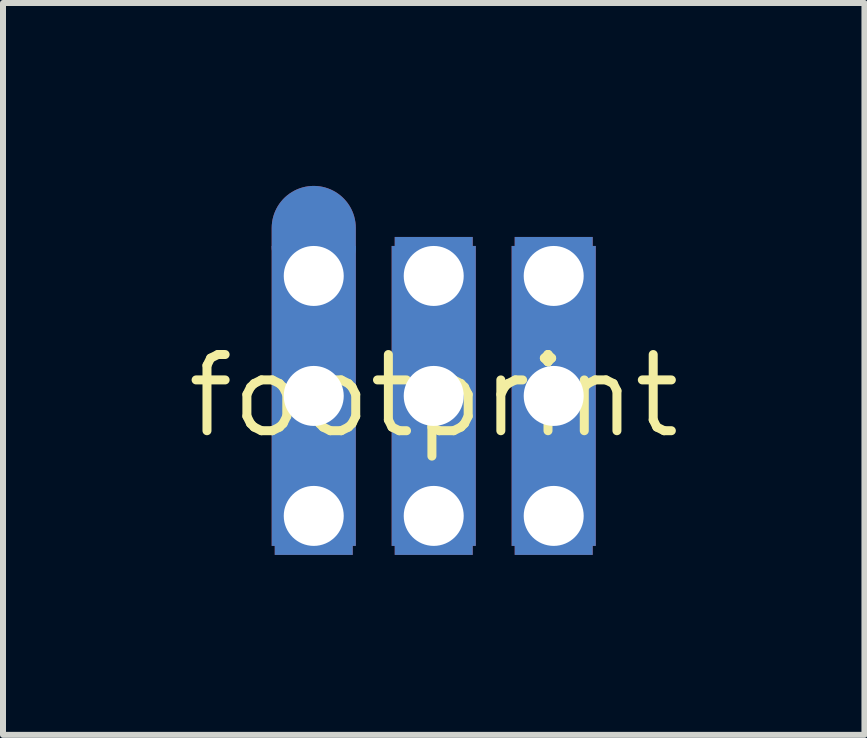
<source format=kicad_pcb>
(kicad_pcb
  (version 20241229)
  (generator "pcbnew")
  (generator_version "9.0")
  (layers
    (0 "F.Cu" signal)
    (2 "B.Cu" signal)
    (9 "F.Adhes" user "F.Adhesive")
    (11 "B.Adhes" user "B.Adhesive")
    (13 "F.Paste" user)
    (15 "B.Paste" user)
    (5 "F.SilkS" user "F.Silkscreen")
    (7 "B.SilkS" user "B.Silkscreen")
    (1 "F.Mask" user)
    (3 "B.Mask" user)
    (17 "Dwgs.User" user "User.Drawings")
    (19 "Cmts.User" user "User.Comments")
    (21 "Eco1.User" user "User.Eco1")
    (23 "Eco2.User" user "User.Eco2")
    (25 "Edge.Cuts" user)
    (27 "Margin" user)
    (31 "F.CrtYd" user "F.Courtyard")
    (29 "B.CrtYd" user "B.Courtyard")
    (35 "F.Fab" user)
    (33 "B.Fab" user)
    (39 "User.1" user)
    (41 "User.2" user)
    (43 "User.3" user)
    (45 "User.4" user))
  (footprint "footprint"
    (layer "F.Cu")
    (at 4.18 3.55)
    (property "Reference" "footprint" (at 0 0 0) (layer "F.SilkS") (effects (font (size 1.27 1.27) (thickness 0.15))))
    (fp_line (start -2 -2.5) (end -2 -2.8) (stroke (width 1.402) (type solid)) (layer "F.Cu"))
    (fp_poly (pts (xy -2.701 2.5) (xy -1.299 2.5) (xy -1.299 -2.5) (xy -2.701 -2.5)) (stroke (width 0) (type solid)) (fill yes) (layer "F.Cu"))
    (fp_poly (pts (xy -0.701 2.5) (xy 0.701 2.5) (xy 0.701 -2.5) (xy -0.701 -2.5)) (stroke (width 0) (type solid)) (fill yes) (layer "F.Cu"))
    (fp_poly (pts (xy 1.299 2.5) (xy 2.701 2.5) (xy 2.701 -2.5) (xy 1.299 -2.5)) (stroke (width 0) (type solid)) (fill yes) (layer "F.Cu"))
    (fp_line (start -2 -2.75) (end -2 -2.8) (stroke (width 1.5) (type solid)) (layer "F.Mask"))
    (fp_poly (pts (xy -2.75 2.6) (xy -1.25 2.6) (xy -1.25 -2.6) (xy -2.75 -2.6)) (stroke (width 0) (type solid)) (fill yes) (layer "F.Mask"))
    (fp_poly (pts (xy -0.75 2.6) (xy 0.75 2.6) (xy 0.75 -2.6) (xy -0.75 -2.6)) (stroke (width 0) (type solid)) (fill yes) (layer "F.Mask"))
    (fp_poly (pts (xy 1.25 2.6) (xy 2.75 2.6) (xy 2.75 -2.6) (xy 1.25 -2.6)) (stroke (width 0) (type solid)) (fill yes) (layer "F.Mask"))
    (fp_line (start -2 -2.5) (end -2 -2.8) (stroke (width 1.402) (type solid)) (layer "B.Cu"))
    (fp_poly (pts (xy -2.701 2.5) (xy -1.299 2.5) (xy -1.299 -2.5) (xy -2.701 -2.5)) (stroke (width 0) (type solid)) (fill yes) (layer "B.Cu"))
    (fp_poly (pts (xy -0.701 2.5) (xy 0.701 2.5) (xy 0.701 -2.5) (xy -0.701 -2.5)) (stroke (width 0) (type solid)) (fill yes) (layer "B.Cu"))
    (fp_poly (pts (xy 1.299 2.5) (xy 2.701 2.5) (xy 2.701 -2.5) (xy 1.299 -2.5)) (stroke (width 0) (type solid)) (fill yes) (layer "B.Cu"))
    (fp_line (start -2 -2.75) (end -2 -2.8) (stroke (width 1.5) (type solid)) (layer "B.Mask"))
    (fp_poly (pts (xy -2.75 2.6) (xy -1.25 2.6) (xy -1.25 -2.6) (xy -2.75 -2.6)) (stroke (width 0) (type solid)) (fill yes) (layer "B.Mask"))
    (fp_poly (pts (xy -0.75 2.6) (xy 0.75 2.6) (xy 0.75 -2.6) (xy -0.75 -2.6)) (stroke (width 0) (type solid)) (fill yes) (layer "B.Mask"))
    (fp_poly (pts (xy 1.25 2.6) (xy 2.75 2.6) (xy 2.75 -2.6) (xy 1.25 -2.6)) (stroke (width 0) (type solid)) (fill yes) (layer "B.Mask"))
    (pad "P1A" thru_hole rect (at -2 -2) (size 1.3 1.3) (drill 1) (layers "*.Cu" "*.Mask"))
    (pad "P1B" thru_hole rect (at -2 0) (size 1.3 1.3) (drill 1) (layers "*.Cu" "*.Mask"))
    (pad "P1C" thru_hole rect (at -2 2) (size 1.3 1.3) (drill 1) (layers "*.Cu" "*.Mask"))
    (pad "P2A" thru_hole rect (at 0 -2) (size 1.3 1.3) (drill 1) (layers "*.Cu" "*.Mask"))
    (pad "P2B" thru_hole rect (at 0 0) (size 1.3 1.3) (drill 1) (layers "*.Cu" "*.Mask"))
    (pad "P2C" thru_hole rect (at 0 2) (size 1.3 1.3) (drill 1) (layers "*.Cu" "*.Mask"))
    (pad "P3A" thru_hole rect (at 2 -2) (size 1.3 1.3) (drill 1) (layers "*.Cu" "*.Mask"))
    (pad "P3B" thru_hole rect (at 2 0) (size 1.3 1.3) (drill 1) (layers "*.Cu" "*.Mask"))
    (pad "P3C" thru_hole rect (at 2 2) (size 1.3 1.3) (drill 1) (layers "*.Cu" "*.Mask")))
  (gr_rect
    (start -3 -3)
    (end 11.36 9.2)
    (stroke (width 0.1) (type default))
    (fill no)
    (layer "Edge.Cuts")))
</source>
